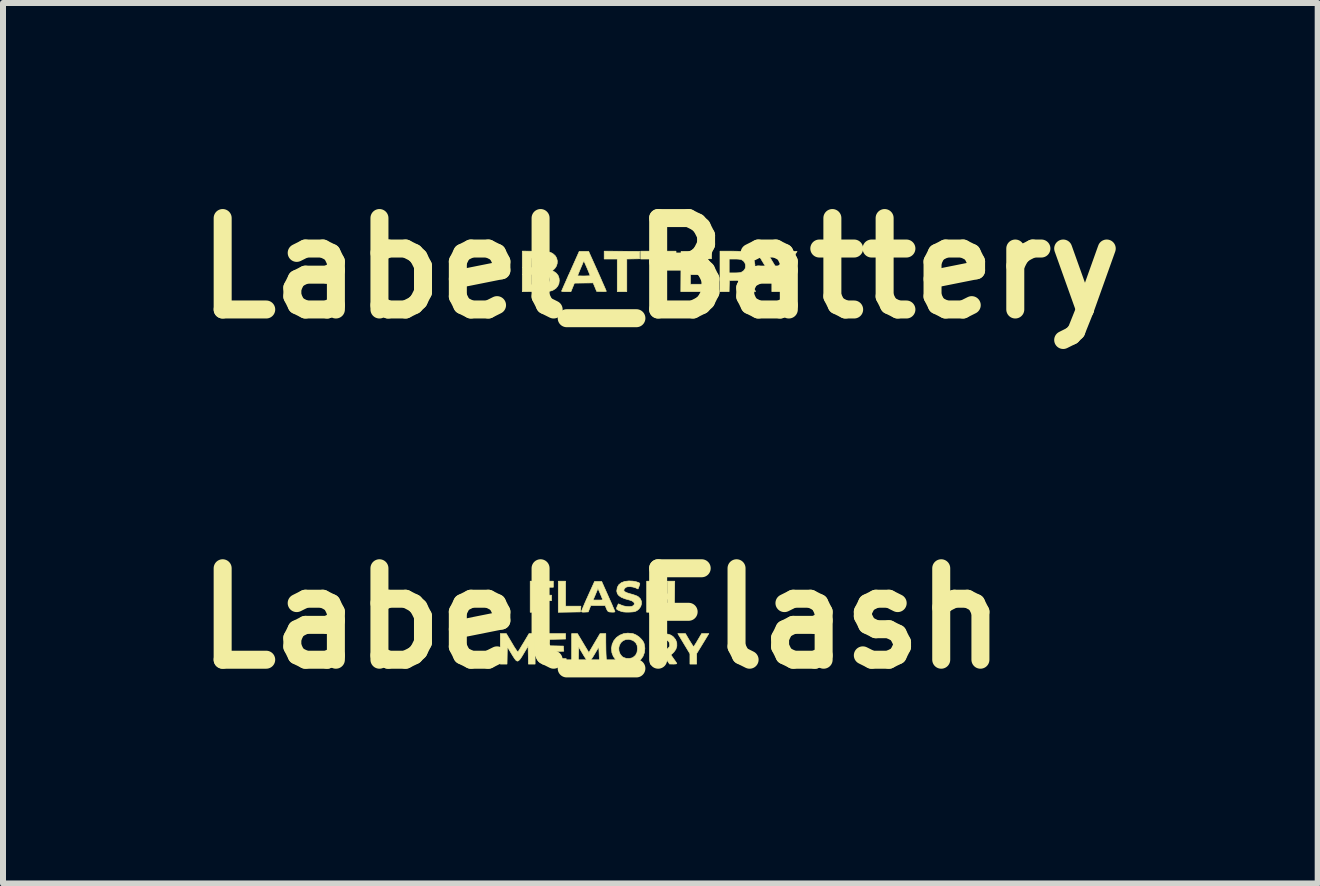
<source format=kicad_pcb>
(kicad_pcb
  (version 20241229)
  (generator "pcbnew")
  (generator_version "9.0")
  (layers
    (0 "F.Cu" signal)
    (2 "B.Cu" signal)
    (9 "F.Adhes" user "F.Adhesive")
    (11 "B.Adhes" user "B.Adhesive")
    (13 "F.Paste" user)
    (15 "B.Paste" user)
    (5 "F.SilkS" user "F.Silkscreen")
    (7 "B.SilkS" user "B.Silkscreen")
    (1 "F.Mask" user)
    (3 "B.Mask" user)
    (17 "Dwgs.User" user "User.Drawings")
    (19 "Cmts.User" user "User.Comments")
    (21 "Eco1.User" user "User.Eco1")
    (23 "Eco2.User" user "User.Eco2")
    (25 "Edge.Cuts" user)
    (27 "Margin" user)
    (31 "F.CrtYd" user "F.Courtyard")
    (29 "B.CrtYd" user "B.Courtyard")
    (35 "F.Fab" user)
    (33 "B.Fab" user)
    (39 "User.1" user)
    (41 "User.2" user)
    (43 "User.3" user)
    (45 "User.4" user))
  (footprint "Label_Flash"
    (layer "F.Cu")
    (at 6.974 7.254)
    (property "Reference" "Label_Flash" (at 0 0 0) (layer "F.SilkS") (effects (font (size 1.524 1.524) (thickness 0.3))))
    (attr through_hole)
    (fp_poly (pts (xy -0.599 -0.203) (xy -0.344 -0.203) (xy -0.347 -0.155) (xy -0.351 -0.107) (xy -0.721 -0.101) (xy -0.721 -0.62) (xy -0.599 -0.62) (xy -0.599 -0.203)) (stroke (width 0.01) (type solid)) (fill yes) (layer "F.SilkS"))
    (fp_poly (pts (xy -0.803 -0.518) (xy -1.067 -0.518) (xy -1.067 -0.386) (xy -0.833 -0.386) (xy -0.833 -0.295) (xy -1.066 -0.295) (xy -1.072 -0.107) (xy -1.189 -0.101) (xy -1.189 -0.62) (xy -0.803 -0.62) (xy -0.803 -0.518)) (stroke (width 0.01) (type solid)) (fill yes) (layer "F.SilkS"))
    (fp_poly (pts (xy 0.864 -0.417) (xy 1.097 -0.417) (xy 1.097 -0.62) (xy 1.22 -0.62) (xy 1.214 -0.107) (xy 1.102 -0.107) (xy 1.099 -0.211) (xy 1.097 -0.315) (xy 0.864 -0.315) (xy 0.864 -0.102) (xy 0.752 -0.102) (xy 0.752 -0.62) (xy 0.864 -0.62) (xy 0.864 -0.417)) (stroke (width 0.01) (type solid)) (fill yes) (layer "F.SilkS"))
    (fp_poly (pts (xy -0.599 0.345) (xy -0.869 0.351) (xy -0.875 0.457) (xy -0.635 0.462) (xy -0.632 0.505) (xy -0.629 0.548) (xy -0.749 0.551) (xy -0.869 0.554) (xy -0.872 0.612) (xy -0.875 0.671) (xy -0.589 0.671) (xy -0.589 0.762) (xy -0.986 0.762) (xy -0.986 0.254) (xy -0.599 0.254) (xy -0.599 0.345)) (stroke (width 0.01) (type solid)) (fill yes) (layer "F.SilkS"))
    (fp_poly (pts (xy 1.463 0.365) (xy 1.489 0.406) (xy 1.51 0.44) (xy 1.527 0.463) (xy 1.535 0.472) (xy 1.536 0.472) (xy 1.543 0.462) (xy 1.558 0.438) (xy 1.58 0.404) (xy 1.604 0.362) (xy 1.605 0.361) (xy 1.668 0.254) (xy 1.788 0.254) (xy 1.687 0.421) (xy 1.585 0.587) (xy 1.585 0.762) (xy 1.473 0.762) (xy 1.473 0.59) (xy 1.271 0.254) (xy 1.398 0.254) (xy 1.463 0.365)) (stroke (width 0.01) (type solid)) (fill yes) (layer "F.SilkS"))
    (fp_poly (pts (xy -1.493 0.412) (xy -1.46 0.468) (xy -1.434 0.508) (xy -1.416 0.535) (xy -1.404 0.551) (xy -1.395 0.556) (xy -1.389 0.554) (xy -1.387 0.551) (xy -1.378 0.537) (xy -1.36 0.508) (xy -1.337 0.469) (xy -1.309 0.423) (xy -1.291 0.394) (xy -1.208 0.254) (xy -1.107 0.254) (xy -1.107 0.762) (xy -1.219 0.762) (xy -1.221 0.613) (xy -1.224 0.463) (xy -1.298 0.587) (xy -1.333 0.645) (xy -1.361 0.685) (xy -1.384 0.707) (xy -1.404 0.713) (xy -1.425 0.701) (xy -1.449 0.671) (xy -1.479 0.625) (xy -1.499 0.592) (xy -1.57 0.474) (xy -1.575 0.762) (xy -1.687 0.762) (xy -1.687 0.254) (xy -1.587 0.254) (xy -1.493 0.412)) (stroke (width 0.01) (type solid)) (fill yes) (layer "F.SilkS"))
    (fp_poly (pts (xy -0.306 0.413) (xy -0.211 0.571) (xy -0.118 0.413) (xy -0.025 0.255) (xy 0.071 0.254) (xy 0.071 0.394) (xy 0.072 0.459) (xy 0.073 0.53) (xy 0.075 0.597) (xy 0.078 0.648) (xy 0.084 0.762) (xy 0.027 0.762) (xy -0.004 0.761) (xy -0.026 0.758) (xy -0.032 0.754) (xy -0.033 0.742) (xy -0.034 0.713) (xy -0.036 0.672) (xy -0.039 0.623) (xy -0.039 0.612) (xy -0.046 0.476) (xy -0.115 0.594) (xy -0.144 0.642) (xy -0.166 0.675) (xy -0.181 0.695) (xy -0.194 0.706) (xy -0.206 0.711) (xy -0.213 0.711) (xy -0.226 0.71) (xy -0.238 0.703) (xy -0.252 0.688) (xy -0.269 0.662) (xy -0.294 0.623) (xy -0.311 0.594) (xy -0.381 0.477) (xy -0.384 0.619) (xy -0.387 0.762) (xy -0.498 0.762) (xy -0.498 0.254) (xy -0.401 0.254) (xy -0.306 0.413)) (stroke (width 0.01) (type solid)) (fill yes) (layer "F.SilkS"))
    (fp_poly (pts (xy 0.947 0.254) (xy 1.018 0.255) (xy 1.073 0.258) (xy 1.114 0.265) (xy 1.147 0.276) (xy 1.175 0.292) (xy 1.199 0.311) (xy 1.235 0.356) (xy 1.254 0.408) (xy 1.255 0.462) (xy 1.239 0.515) (xy 1.205 0.563) (xy 1.197 0.571) (xy 1.156 0.609) (xy 1.201 0.673) (xy 1.224 0.705) (xy 1.242 0.732) (xy 1.253 0.748) (xy 1.254 0.749) (xy 1.253 0.756) (xy 1.238 0.76) (xy 1.206 0.762) (xy 1.197 0.762) (xy 1.133 0.761) (xy 1.041 0.625) (xy 0.935 0.619) (xy 0.935 0.762) (xy 0.813 0.762) (xy 0.813 0.356) (xy 0.935 0.356) (xy 0.935 0.528) (xy 1.007 0.528) (xy 1.045 0.528) (xy 1.071 0.524) (xy 1.088 0.516) (xy 1.106 0.501) (xy 1.109 0.497) (xy 1.129 0.474) (xy 1.136 0.454) (xy 1.134 0.429) (xy 1.125 0.395) (xy 1.106 0.373) (xy 1.075 0.361) (xy 1.029 0.356) (xy 1.01 0.356) (xy 0.935 0.356) (xy 0.813 0.356) (xy 0.813 0.254) (xy 0.947 0.254)) (stroke (width 0.01) (type solid)) (fill yes) (layer "F.SilkS"))
    (fp_poly (pts (xy 0.113 -0.367) (xy 0.142 -0.301) (xy 0.169 -0.241) (xy 0.191 -0.189) (xy 0.209 -0.148) (xy 0.22 -0.121) (xy 0.224 -0.11) (xy 0.214 -0.105) (xy 0.191 -0.103) (xy 0.166 -0.104) (xy 0.133 -0.106) (xy 0.112 -0.113) (xy 0.098 -0.128) (xy 0.084 -0.155) (xy 0.076 -0.175) (xy 0.061 -0.213) (xy -0.18 -0.213) (xy -0.221 -0.107) (xy -0.278 -0.104) (xy -0.312 -0.103) (xy -0.33 -0.107) (xy -0.335 -0.115) (xy -0.335 -0.115) (xy -0.331 -0.128) (xy -0.32 -0.156) (xy -0.302 -0.198) (xy -0.28 -0.251) (xy -0.256 -0.305) (xy -0.141 -0.305) (xy -0.06 -0.305) (xy -0.023 -0.305) (xy 0.006 -0.306) (xy 0.02 -0.308) (xy 0.02 -0.308) (xy 0.017 -0.319) (xy 0.007 -0.342) (xy -0.006 -0.374) (xy -0.021 -0.41) (xy -0.036 -0.444) (xy -0.049 -0.473) (xy -0.058 -0.492) (xy -0.061 -0.497) (xy -0.065 -0.486) (xy -0.075 -0.46) (xy -0.09 -0.425) (xy -0.101 -0.398) (xy -0.141 -0.305) (xy -0.256 -0.305) (xy -0.253 -0.311) (xy -0.226 -0.372) (xy -0.116 -0.615) (xy 0.002 -0.615) (xy 0.113 -0.367)) (stroke (width 0.01) (type solid)) (fill yes) (layer "F.SilkS"))
    (fp_poly (pts (xy 0.512 0.253) (xy 0.533 0.258) (xy 0.582 0.28) (xy 0.629 0.313) (xy 0.67 0.354) (xy 0.7 0.397) (xy 0.71 0.423) (xy 0.722 0.498) (xy 0.715 0.569) (xy 0.691 0.634) (xy 0.651 0.69) (xy 0.596 0.734) (xy 0.545 0.759) (xy 0.514 0.766) (xy 0.471 0.769) (xy 0.424 0.77) (xy 0.382 0.768) (xy 0.356 0.763) (xy 0.29 0.733) (xy 0.236 0.689) (xy 0.196 0.634) (xy 0.172 0.571) (xy 0.166 0.503) (xy 0.167 0.495) (xy 0.287 0.495) (xy 0.291 0.547) (xy 0.31 0.596) (xy 0.341 0.635) (xy 0.366 0.652) (xy 0.412 0.667) (xy 0.464 0.669) (xy 0.511 0.658) (xy 0.526 0.65) (xy 0.567 0.615) (xy 0.591 0.568) (xy 0.599 0.509) (xy 0.599 0.508) (xy 0.593 0.451) (xy 0.571 0.408) (xy 0.534 0.376) (xy 0.511 0.364) (xy 0.456 0.349) (xy 0.404 0.353) (xy 0.357 0.373) (xy 0.32 0.407) (xy 0.296 0.454) (xy 0.287 0.495) (xy 0.167 0.495) (xy 0.176 0.436) (xy 0.205 0.372) (xy 0.248 0.32) (xy 0.303 0.281) (xy 0.368 0.255) (xy 0.438 0.246) (xy 0.512 0.253)) (stroke (width 0.01) (type solid)) (fill yes) (layer "F.SilkS"))
    (fp_poly (pts (xy 0.522 -0.62) (xy 0.576 -0.61) (xy 0.618 -0.596) (xy 0.629 -0.59) (xy 0.637 -0.582) (xy 0.637 -0.567) (xy 0.628 -0.542) (xy 0.626 -0.535) (xy 0.608 -0.489) (xy 0.566 -0.509) (xy 0.526 -0.521) (xy 0.48 -0.528) (xy 0.469 -0.528) (xy 0.434 -0.526) (xy 0.41 -0.519) (xy 0.39 -0.503) (xy 0.374 -0.481) (xy 0.372 -0.462) (xy 0.386 -0.445) (xy 0.418 -0.428) (xy 0.467 -0.412) (xy 0.508 -0.401) (xy 0.549 -0.388) (xy 0.589 -0.373) (xy 0.612 -0.36) (xy 0.646 -0.327) (xy 0.664 -0.286) (xy 0.666 -0.242) (xy 0.653 -0.197) (xy 0.624 -0.157) (xy 0.597 -0.134) (xy 0.575 -0.121) (xy 0.553 -0.113) (xy 0.526 -0.108) (xy 0.487 -0.105) (xy 0.458 -0.104) (xy 0.405 -0.104) (xy 0.366 -0.107) (xy 0.334 -0.114) (xy 0.311 -0.122) (xy 0.275 -0.137) (xy 0.255 -0.15) (xy 0.249 -0.165) (xy 0.255 -0.185) (xy 0.261 -0.199) (xy 0.272 -0.224) (xy 0.279 -0.239) (xy 0.28 -0.241) (xy 0.289 -0.239) (xy 0.31 -0.229) (xy 0.326 -0.222) (xy 0.367 -0.207) (xy 0.415 -0.198) (xy 0.461 -0.195) (xy 0.501 -0.199) (xy 0.518 -0.205) (xy 0.542 -0.225) (xy 0.548 -0.248) (xy 0.536 -0.27) (xy 0.508 -0.29) (xy 0.466 -0.305) (xy 0.464 -0.305) (xy 0.387 -0.327) (xy 0.329 -0.351) (xy 0.289 -0.379) (xy 0.264 -0.411) (xy 0.254 -0.45) (xy 0.254 -0.461) (xy 0.263 -0.516) (xy 0.288 -0.56) (xy 0.33 -0.594) (xy 0.385 -0.615) (xy 0.454 -0.623) (xy 0.46 -0.623) (xy 0.522 -0.62)) (stroke (width 0.01) (type solid)) (fill yes) (layer "F.SilkS")))
  (footprint "Label_Battery"
    (layer "F.Cu")
    (at 7.954 1.418)
    (property "Reference" "Label_Battery" (at 0 0 0) (layer "F.SilkS") (effects (font (size 1.524 1.524) (thickness 0.3))))
    (attr through_hole)
    (fp_poly (pts (xy 0.261 -0.152) (xy 0.044 -0.152) (xy 0.044 0.392) (xy -0.109 0.392) (xy -0.109 -0.152) (xy -0.327 -0.152) (xy -0.327 -0.283) (xy 0.261 -0.283) (xy 0.261 -0.152)) (stroke (width 0.01) (type solid)) (fill yes) (layer "F.SilkS"))
    (fp_poly (pts (xy -0.64 -0.281) (xy -0.345 -0.279) (xy -0.345 -0.156) (xy -0.559 -0.152) (xy -0.559 0.392) (xy -0.718 0.392) (xy -0.718 -0.152) (xy -0.936 -0.152) (xy -0.936 -0.283) (xy -0.64 -0.281)) (stroke (width 0.01) (type solid)) (fill yes) (layer "F.SilkS"))
    (fp_poly (pts (xy 0.855 -0.22) (xy 0.853 -0.156) (xy 0.501 -0.152) (xy 0.501 -0.007) (xy 0.813 -0.007) (xy 0.813 0.109) (xy 0.501 0.109) (xy 0.501 0.269) (xy 0.871 0.269) (xy 0.871 0.392) (xy 0.341 0.392) (xy 0.345 -0.279) (xy 0.601 -0.281) (xy 0.857 -0.283) (xy 0.855 -0.22)) (stroke (width 0.01) (type solid)) (fill yes) (layer "F.SilkS"))
    (fp_poly (pts (xy 2.19 -0.282) (xy 2.208 -0.281) (xy 2.278 -0.279) (xy 2.148 -0.063) (xy 2.017 0.153) (xy 2.017 0.392) (xy 1.858 0.392) (xy 1.858 0.148) (xy 1.731 -0.062) (xy 1.701 -0.112) (xy 1.673 -0.158) (xy 1.649 -0.199) (xy 1.629 -0.232) (xy 1.615 -0.258) (xy 1.606 -0.273) (xy 1.604 -0.278) (xy 1.611 -0.28) (xy 1.629 -0.281) (xy 1.656 -0.282) (xy 1.685 -0.281) (xy 1.766 -0.279) (xy 1.854 -0.133) (xy 1.879 -0.091) (xy 1.901 -0.055) (xy 1.92 -0.024) (xy 1.934 -0.001) (xy 1.943 0.012) (xy 1.945 0.014) (xy 1.949 0.008) (xy 1.96 -0.009) (xy 1.976 -0.034) (xy 1.997 -0.067) (xy 2.02 -0.106) (xy 2.035 -0.132) (xy 2.06 -0.173) (xy 2.083 -0.21) (xy 2.102 -0.241) (xy 2.118 -0.264) (xy 2.127 -0.278) (xy 2.13 -0.28) (xy 2.14 -0.282) (xy 2.162 -0.282) (xy 2.19 -0.282)) (stroke (width 0.01) (type solid)) (fill yes) (layer "F.SilkS"))
    (fp_poly (pts (xy 1.159 -0.283) (xy 1.228 -0.282) (xy 1.284 -0.281) (xy 1.331 -0.278) (xy 1.368 -0.273) (xy 1.4 -0.266) (xy 1.427 -0.257) (xy 1.453 -0.246) (xy 1.46 -0.242) (xy 1.506 -0.209) (xy 1.541 -0.168) (xy 1.565 -0.118) (xy 1.576 -0.06) (xy 1.577 -0.031) (xy 1.57 0.026) (xy 1.551 0.077) (xy 1.519 0.121) (xy 1.473 0.159) (xy 1.454 0.171) (xy 1.45 0.175) (xy 1.45 0.181) (xy 1.453 0.191) (xy 1.462 0.207) (xy 1.477 0.23) (xy 1.499 0.262) (xy 1.514 0.284) (xy 1.588 0.388) (xy 1.511 0.39) (xy 1.478 0.391) (xy 1.451 0.391) (xy 1.432 0.39) (xy 1.426 0.389) (xy 1.419 0.382) (xy 1.405 0.365) (xy 1.387 0.341) (xy 1.366 0.311) (xy 1.354 0.294) (xy 1.291 0.203) (xy 1.22 0.205) (xy 1.15 0.207) (xy 1.148 0.299) (xy 1.146 0.392) (xy 0.994 0.392) (xy 0.994 -0.152) (xy 1.147 -0.152) (xy 1.147 0.08) (xy 1.236 0.08) (xy 1.277 0.079) (xy 1.308 0.077) (xy 1.33 0.074) (xy 1.348 0.069) (xy 1.354 0.066) (xy 1.388 0.044) (xy 1.41 0.014) (xy 1.419 -0.014) (xy 1.419 -0.055) (xy 1.407 -0.091) (xy 1.383 -0.121) (xy 1.35 -0.142) (xy 1.343 -0.144) (xy 1.326 -0.147) (xy 1.299 -0.15) (xy 1.264 -0.152) (xy 1.233 -0.152) (xy 1.147 -0.152) (xy 0.994 -0.152) (xy 0.994 -0.283) (xy 1.159 -0.283)) (stroke (width 0.01) (type solid)) (fill yes) (layer "F.SilkS"))
    (fp_poly (pts (xy -1.047 0.05) (xy -1.018 0.115) (xy -0.991 0.176) (xy -0.967 0.232) (xy -0.945 0.281) (xy -0.927 0.322) (xy -0.913 0.354) (xy -0.904 0.376) (xy -0.9 0.386) (xy -0.9 0.386) (xy -0.907 0.389) (xy -0.925 0.39) (xy -0.952 0.391) (xy -0.98 0.39) (xy -1.061 0.388) (xy -1.09 0.317) (xy -1.12 0.246) (xy -1.432 0.25) (xy -1.49 0.392) (xy -1.569 0.392) (xy -1.604 0.392) (xy -1.627 0.391) (xy -1.639 0.389) (xy -1.644 0.386) (xy -1.645 0.38) (xy -1.644 0.379) (xy -1.641 0.37) (xy -1.631 0.349) (xy -1.618 0.318) (xy -1.6 0.277) (xy -1.578 0.228) (xy -1.554 0.173) (xy -1.534 0.128) (xy -1.379 0.128) (xy -1.372 0.129) (xy -1.353 0.13) (xy -1.325 0.13) (xy -1.29 0.131) (xy -1.273 0.131) (xy -1.236 0.13) (xy -1.205 0.129) (xy -1.182 0.128) (xy -1.171 0.126) (xy -1.17 0.125) (xy -1.196 0.059) (xy -1.218 0.006) (xy -1.236 -0.035) (xy -1.25 -0.067) (xy -1.26 -0.089) (xy -1.268 -0.104) (xy -1.273 -0.112) (xy -1.277 -0.114) (xy -1.279 -0.112) (xy -1.284 -0.102) (xy -1.293 -0.082) (xy -1.304 -0.054) (xy -1.318 -0.022) (xy -1.333 0.013) (xy -1.347 0.047) (xy -1.36 0.079) (xy -1.37 0.104) (xy -1.377 0.122) (xy -1.379 0.128) (xy -1.534 0.128) (xy -1.527 0.113) (xy -1.498 0.049) (xy -1.496 0.044) (xy -1.352 -0.279) (xy -1.195 -0.279) (xy -1.047 0.05)) (stroke (width 0.01) (type solid)) (fill yes) (layer "F.SilkS"))
    (fp_poly (pts (xy -2.092 -0.281) (xy -2.024 -0.28) (xy -1.969 -0.279) (xy -1.924 -0.277) (xy -1.889 -0.274) (xy -1.86 -0.269) (xy -1.837 -0.264) (xy -1.818 -0.256) (xy -1.8 -0.247) (xy -1.783 -0.235) (xy -1.779 -0.232) (xy -1.747 -0.201) (xy -1.727 -0.163) (xy -1.717 -0.121) (xy -1.719 -0.077) (xy -1.732 -0.035) (xy -1.757 0.003) (xy -1.774 0.02) (xy -1.8 0.043) (xy -1.773 0.057) (xy -1.733 0.085) (xy -1.704 0.122) (xy -1.688 0.166) (xy -1.684 0.207) (xy -1.69 0.257) (xy -1.71 0.3) (xy -1.741 0.337) (xy -1.784 0.365) (xy -1.799 0.372) (xy -1.811 0.376) (xy -1.823 0.38) (xy -1.837 0.383) (xy -1.855 0.385) (xy -1.877 0.387) (xy -1.907 0.388) (xy -1.946 0.389) (xy -1.995 0.39) (xy -2.057 0.39) (xy -2.07 0.39) (xy -2.301 0.393) (xy -2.301 0.276) (xy -2.148 0.276) (xy -2.037 0.276) (xy -1.997 0.275) (xy -1.959 0.274) (xy -1.928 0.272) (xy -1.906 0.27) (xy -1.901 0.268) (xy -1.871 0.254) (xy -1.851 0.231) (xy -1.841 0.203) (xy -1.843 0.173) (xy -1.856 0.146) (xy -1.868 0.134) (xy -1.885 0.124) (xy -1.909 0.117) (xy -1.941 0.113) (xy -1.984 0.11) (xy -2.037 0.109) (xy -2.148 0.109) (xy -2.148 0.276) (xy -2.301 0.276) (xy -2.301 -0.007) (xy -2.149 -0.007) (xy -2.045 -0.007) (xy -2.001 -0.008) (xy -1.969 -0.009) (xy -1.946 -0.011) (xy -1.929 -0.015) (xy -1.916 -0.02) (xy -1.89 -0.04) (xy -1.876 -0.065) (xy -1.874 -0.093) (xy -1.885 -0.121) (xy -1.892 -0.131) (xy -1.912 -0.146) (xy -1.939 -0.157) (xy -1.976 -0.163) (xy -2.024 -0.166) (xy -2.07 -0.165) (xy -2.144 -0.163) (xy -2.149 -0.007) (xy -2.301 -0.007) (xy -2.301 -0.284) (xy -2.092 -0.281)) (stroke (width 0.01) (type solid)) (fill yes) (layer "F.SilkS")))
  (gr_rect
    (start -3 -3)
    (end 18.908 11.672)
    (stroke (width 0.1) (type default))
    (fill no)
    (layer "Edge.Cuts")))
</source>
